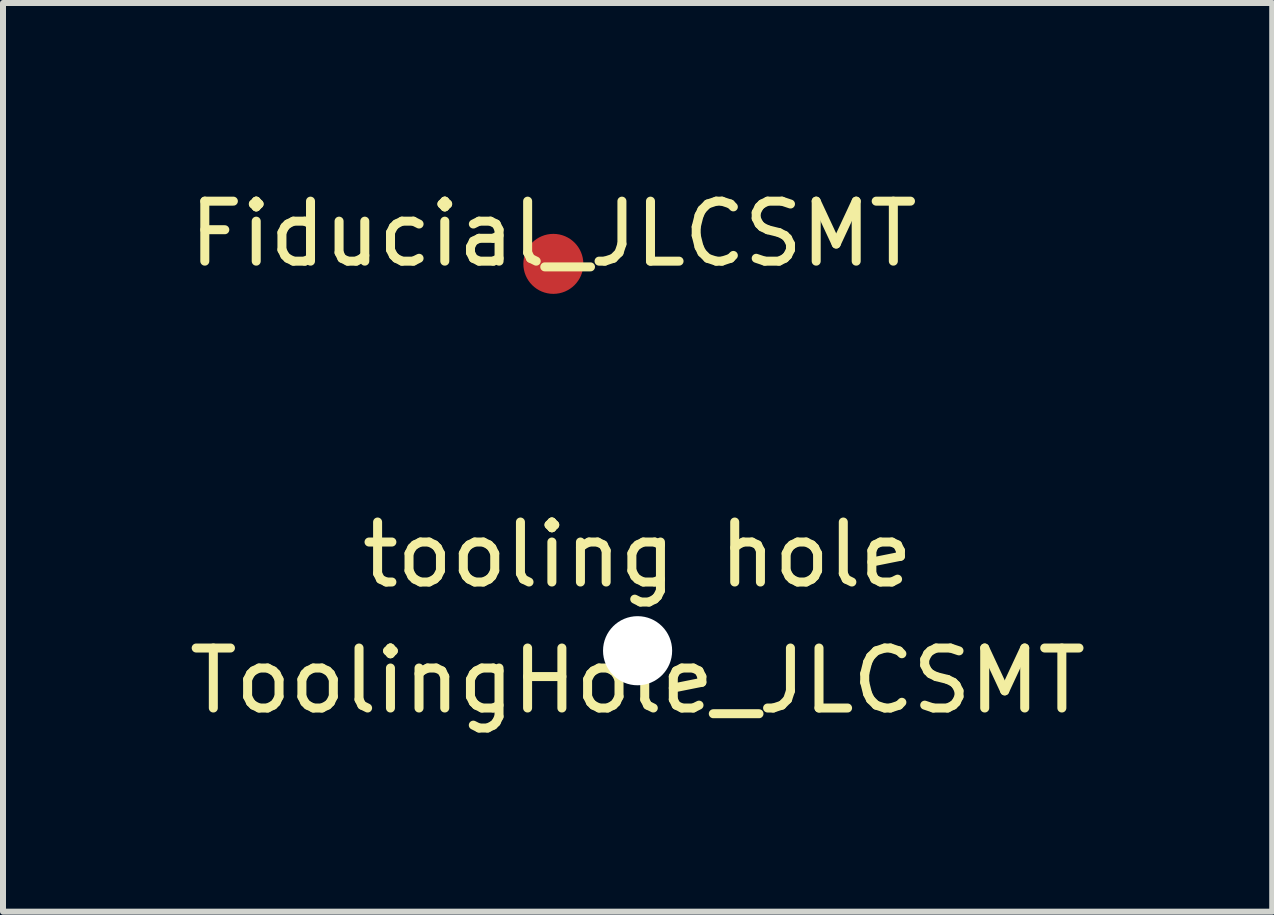
<source format=kicad_pcb>
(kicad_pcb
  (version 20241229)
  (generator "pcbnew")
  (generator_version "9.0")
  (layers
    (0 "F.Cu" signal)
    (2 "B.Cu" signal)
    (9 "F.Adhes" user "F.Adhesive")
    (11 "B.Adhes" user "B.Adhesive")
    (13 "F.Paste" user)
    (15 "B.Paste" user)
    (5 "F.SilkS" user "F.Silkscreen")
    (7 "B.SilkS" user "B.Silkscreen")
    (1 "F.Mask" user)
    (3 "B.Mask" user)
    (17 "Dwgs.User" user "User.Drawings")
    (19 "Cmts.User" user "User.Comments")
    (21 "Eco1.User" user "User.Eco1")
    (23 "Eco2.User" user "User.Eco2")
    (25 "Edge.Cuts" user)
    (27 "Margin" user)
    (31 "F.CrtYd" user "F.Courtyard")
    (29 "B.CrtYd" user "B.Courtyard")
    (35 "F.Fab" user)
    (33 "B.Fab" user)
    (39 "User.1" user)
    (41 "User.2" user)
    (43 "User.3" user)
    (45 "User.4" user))
  (footprint "ToolingHole_JLCSMT"
    (layer "F.Cu")
    (at 7.577 7.796)
    (property "Reference" "ToolingHole_JLCSMT" (at 0 0.5 0) (layer "F.SilkS") (effects (font (size 1 1) (thickness 0.15))))
    (attr through_hole)
    (fp_text user "tooling hole" (at 0 -1.6 0) (layer "F.SilkS") (effects (font (size 1 1) (thickness 0.15))))
    (pad "" np_thru_hole circle (at 0 0) (size 1.152 1.152) (drill 1.152) (layers "*.Cu" "*.Mask")))
  (footprint "Fiducial_JLCSMT"
    (layer "F.Cu")
    (at 6.173 1.348)
    (property "Reference" "Fiducial_JLCSMT" (at 0 -0.5 0) (unlocked yes) (layer "F.SilkS") (effects (font (size 1 1) (thickness 0.15))))
    (fp_circle (center 0 0) (end 0.5 0) (stroke (width 0) (type solid)) (fill yes) (layer "F.Cu"))
    (fp_circle (center 0 0) (end 1 0) (stroke (width 0) (type solid)) (fill yes) (layer "F.Mask")))
  (gr_rect
    (start -3 -3)
    (end 18.155 12.145)
    (stroke (width 0.1) (type default))
    (fill no)
    (layer "Edge.Cuts")))
</source>
